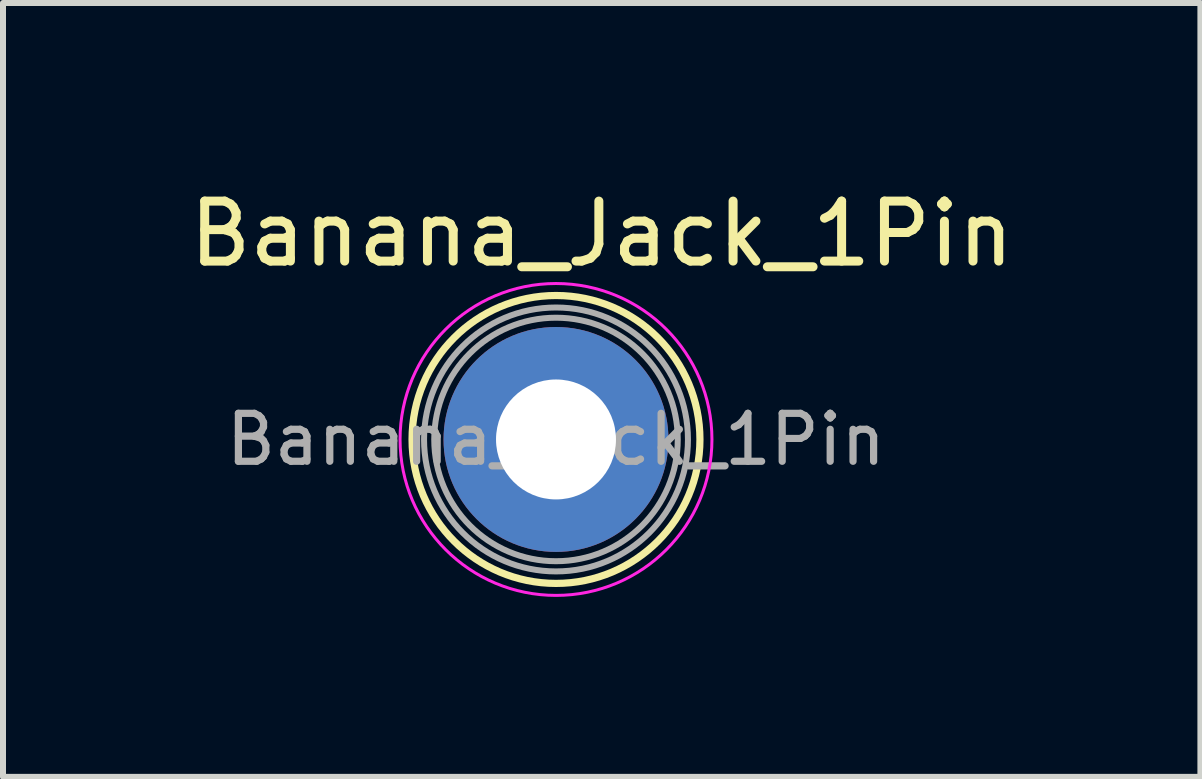
<source format=kicad_pcb>
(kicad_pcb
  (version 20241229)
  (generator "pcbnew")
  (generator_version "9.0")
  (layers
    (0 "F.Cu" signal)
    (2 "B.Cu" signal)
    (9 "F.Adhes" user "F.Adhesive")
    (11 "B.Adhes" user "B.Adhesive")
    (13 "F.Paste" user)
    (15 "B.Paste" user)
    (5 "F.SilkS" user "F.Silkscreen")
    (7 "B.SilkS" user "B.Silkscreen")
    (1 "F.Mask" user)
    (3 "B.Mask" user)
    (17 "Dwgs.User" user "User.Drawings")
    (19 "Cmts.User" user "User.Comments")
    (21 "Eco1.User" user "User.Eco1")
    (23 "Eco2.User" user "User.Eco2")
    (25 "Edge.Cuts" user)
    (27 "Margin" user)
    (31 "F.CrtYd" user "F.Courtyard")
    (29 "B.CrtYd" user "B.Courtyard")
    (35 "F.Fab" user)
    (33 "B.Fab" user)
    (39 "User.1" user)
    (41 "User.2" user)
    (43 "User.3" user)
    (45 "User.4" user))
  (footprint "Banana_Jack_1Pin"
    (layer "F.Cu")
    (at 6.22 4.277)
    (property "Reference" "Banana_Jack_1Pin" (at 0.762 -3.429 0) (layer "F.SilkS") (effects (font (size 1 1) (thickness 0.15))))
    (attr through_hole)
    (fp_circle (center 0 0) (end 2.4 0) (stroke (width 0.12) (type solid)) (fill no) (layer "F.SilkS"))
    (fp_circle (center 0 0) (end 2.6 0) (stroke (width 0.05) (type solid)) (fill no) (layer "F.CrtYd"))
    (fp_circle (center 0 0) (end 2.03 0) (stroke (width 0.1) (type solid)) (fill no) (layer "F.Fab"))
    (fp_circle (center 0 0) (end 2.2 0) (stroke (width 0.1) (type solid)) (fill no) (layer "F.Fab"))
    (fp_text user "${REFERENCE}" (at 0 0 0) (layer "F.Fab") (effects (font (size 0.8 0.8) (thickness 0.12))))
    (pad "1" thru_hole circle (at 0 0) (size 3.75 3.75) (drill 2) (layers "*.Cu" "*.Mask")))
  (gr_rect
    (start -3 -3)
    (end 16.964 9.902)
    (stroke (width 0.1) (type default))
    (fill no)
    (layer "Edge.Cuts")))
</source>
